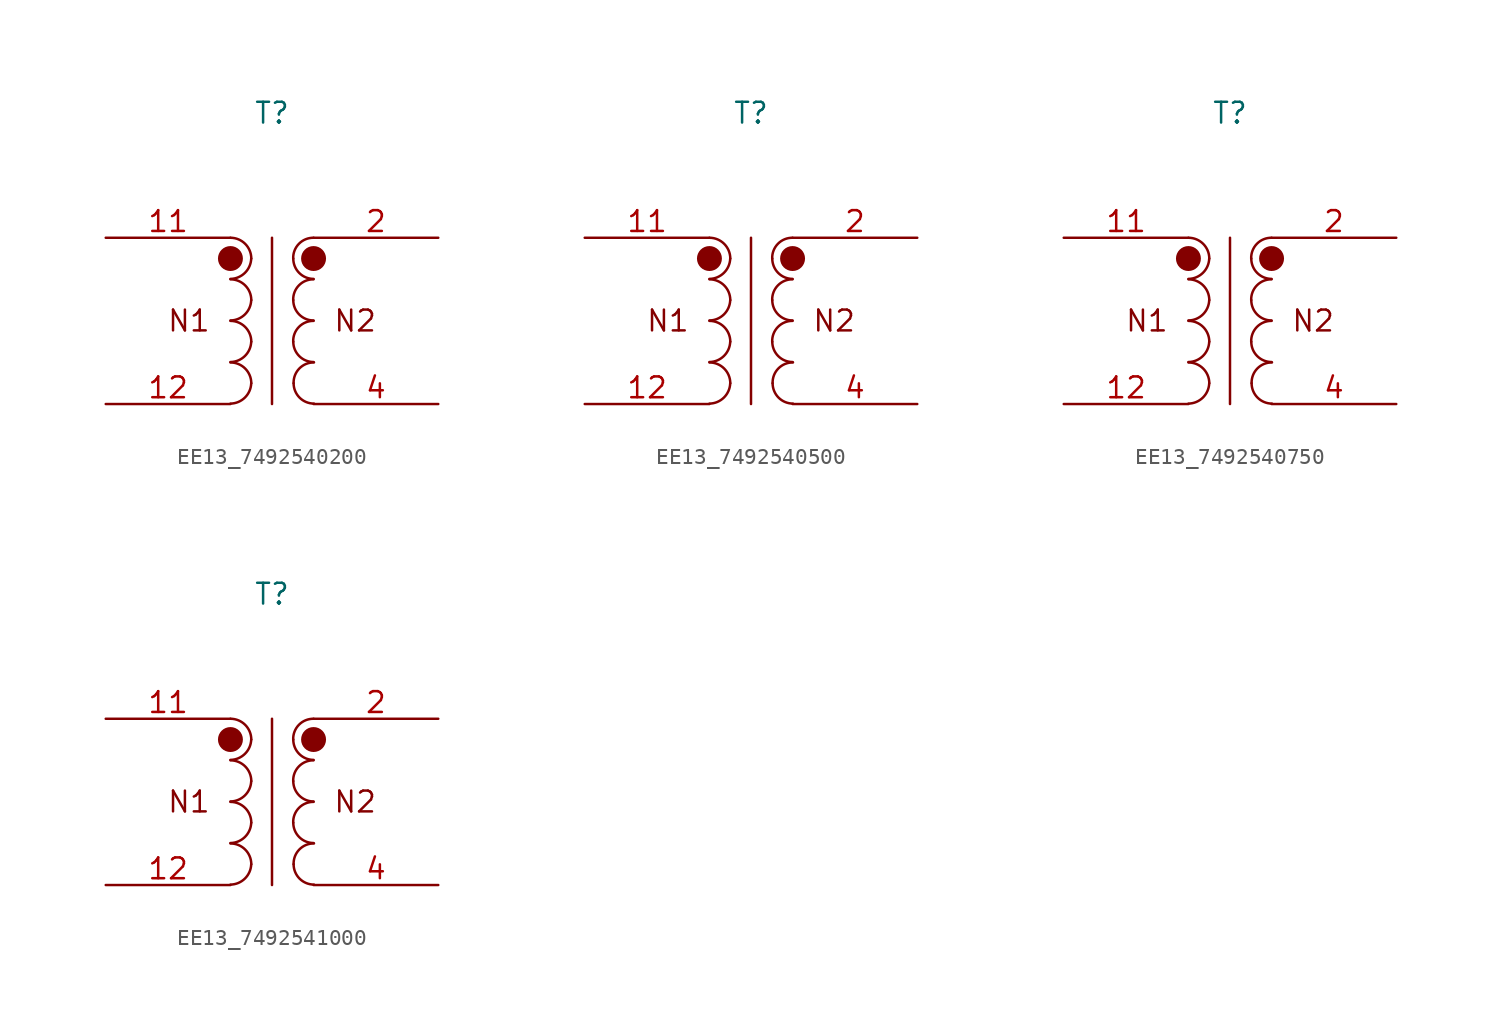
<source format=kicad_sym>
(kicad_symbol_lib
  (version 20220914)
  (generator kicad_symbol_editor)
  (symbol "EE13_7492540200"
    (pin_names hide)
    (property "Reference" "T"
      (at 0 12.7 0)
      (effects (font (size 1.27 1.27))))
    (property "Critical Parameter" ""
      (at 0 -5.08 0)
      (effects (font (size 1.27 1.27))))
    (symbol "EE13_7492540200_0_1"
      (arc (start -2.54 -5.0546) (mid -1.6599 -4.6901) (end -1.27 -3.81) (stroke (width 0) (type default)) (fill (type none)))
      (arc (start -2.54 -2.5146) (mid -1.6599 -2.1501) (end -1.27 -1.27) (stroke (width 0) (type default)) (fill (type none)))
      (arc (start -2.54 0.0254) (mid -1.6599 0.3899) (end -1.27 1.27) (stroke (width 0) (type default)) (fill (type none)))
      (arc (start -2.54 2.5654) (mid -1.6599 2.9299) (end -1.27 3.81) (stroke (width 0) (type default)) (fill (type none)))
      (arc (start -1.27 -3.81) (mid -1.642 -2.912) (end -2.54 -2.54) (stroke (width 0) (type default)) (fill (type none)))
      (arc (start -1.27 -1.27) (mid -1.642 -0.372) (end -2.54 0) (stroke (width 0) (type default)) (fill (type none)))
      (arc (start -1.27 1.27) (mid -1.642 2.168) (end -2.54 2.54) (stroke (width 0) (type default)) (fill (type none)))
      (arc (start -1.27 3.81) (mid -1.642 4.708) (end -2.54 5.08) (stroke (width 0) (type default)) (fill (type none)))
      (polyline (pts (xy 0 5.08) (xy 0 -5.08)) (stroke (width 0) (type default)) (fill (type none)))
      (arc (start 1.2954 -1.27) (mid 1.6599 -2.1501) (end 2.54 -2.5146) (stroke (width 0) (type default)) (fill (type none)))
      (arc (start 1.2954 1.27) (mid 1.6599 0.3899) (end 2.54 0.0254) (stroke (width 0) (type default)) (fill (type none)))
      (arc (start 1.2954 3.81) (mid 1.6599 2.9299) (end 2.54 2.5654) (stroke (width 0) (type default)) (fill (type none)))
      (arc (start 1.3208 -3.81) (mid 1.6853 -4.6901) (end 2.5654 -5.0546) (stroke (width 0) (type default)) (fill (type none)))
      (arc (start 2.54 0) (mid 1.642 -0.372) (end 1.2954 -1.27) (stroke (width 0) (type default)) (fill (type none)))
      (arc (start 2.54 2.54) (mid 1.642 2.168) (end 1.2954 1.27) (stroke (width 0) (type default)) (fill (type none)))
      (arc (start 2.54 5.08) (mid 1.642 4.708) (end 1.2954 3.81) (stroke (width 0) (type default)) (fill (type none)))
      (arc (start 2.5654 -2.54) (mid 1.6674 -2.912) (end 1.3208 -3.81) (stroke (width 0) (type default)) (fill (type none))))
    (symbol "EE13_7492540200_1_1"
      (circle (center -2.54 3.81) (radius 0.0001) (stroke (width 0.762) (type default)) (fill (type none)))
      (circle (center 2.54 3.81) (radius 0.0001) (stroke (width 0.762) (type default)) (fill (type none)))
      (text "N1" (at -5.08 0 0) (effects (font (size 1.27 1.27))))
      (text "N2" (at 5.08 0 0) (effects (font (size 1.27 1.27))))
      (pin passive line (at -10.16 5.08 0) (length 7.62) (name "11" (effects (font (size 1.27 1.27)))) (number "11" (effects (font (size 1.27 1.27)))))
      (pin passive line (at -10.16 -5.08 0) (length 7.62) (name "12" (effects (font (size 1.27 1.27)))) (number "12" (effects (font (size 1.27 1.27)))))
      (pin passive line (at 10.16 -5.08 180) (length 7.62) (name "4" (effects (font (size 1.27 1.27)))) (number "4" (effects (font (size 1.27 1.27)))))
      (pin passive line (at 10.16 5.08 180) (length 7.62) (name "2" (effects (font (size 1.27 1.27)))) (number "2" (effects (font (size 1.27 1.27)))))))
  (symbol "EE13_7492540500"
    (pin_names hide)
    (property "Reference" "T"
      (at 0 12.7 0)
      (effects (font (size 1.27 1.27))))
    (property "Critical Parameter" ""
      (at 0 -5.08 0)
      (effects (font (size 1.27 1.27))))
    (symbol "EE13_7492540500_0_1"
      (arc (start -2.54 -5.0546) (mid -1.6599 -4.6901) (end -1.27 -3.81) (stroke (width 0) (type default)) (fill (type none)))
      (arc (start -2.54 -2.5146) (mid -1.6599 -2.1501) (end -1.27 -1.27) (stroke (width 0) (type default)) (fill (type none)))
      (arc (start -2.54 0.0254) (mid -1.6599 0.3899) (end -1.27 1.27) (stroke (width 0) (type default)) (fill (type none)))
      (arc (start -2.54 2.5654) (mid -1.6599 2.9299) (end -1.27 3.81) (stroke (width 0) (type default)) (fill (type none)))
      (arc (start -1.27 -3.81) (mid -1.642 -2.912) (end -2.54 -2.54) (stroke (width 0) (type default)) (fill (type none)))
      (arc (start -1.27 -1.27) (mid -1.642 -0.372) (end -2.54 0) (stroke (width 0) (type default)) (fill (type none)))
      (arc (start -1.27 1.27) (mid -1.642 2.168) (end -2.54 2.54) (stroke (width 0) (type default)) (fill (type none)))
      (arc (start -1.27 3.81) (mid -1.642 4.708) (end -2.54 5.08) (stroke (width 0) (type default)) (fill (type none)))
      (polyline (pts (xy 0 5.08) (xy 0 -5.08)) (stroke (width 0) (type default)) (fill (type none)))
      (arc (start 1.2954 -1.27) (mid 1.6599 -2.1501) (end 2.54 -2.5146) (stroke (width 0) (type default)) (fill (type none)))
      (arc (start 1.2954 1.27) (mid 1.6599 0.3899) (end 2.54 0.0254) (stroke (width 0) (type default)) (fill (type none)))
      (arc (start 1.2954 3.81) (mid 1.6599 2.9299) (end 2.54 2.5654) (stroke (width 0) (type default)) (fill (type none)))
      (arc (start 1.3208 -3.81) (mid 1.6853 -4.6901) (end 2.5654 -5.0546) (stroke (width 0) (type default)) (fill (type none)))
      (arc (start 2.54 0) (mid 1.642 -0.372) (end 1.2954 -1.27) (stroke (width 0) (type default)) (fill (type none)))
      (arc (start 2.54 2.54) (mid 1.642 2.168) (end 1.2954 1.27) (stroke (width 0) (type default)) (fill (type none)))
      (arc (start 2.54 5.08) (mid 1.642 4.708) (end 1.2954 3.81) (stroke (width 0) (type default)) (fill (type none)))
      (arc (start 2.5654 -2.54) (mid 1.6674 -2.912) (end 1.3208 -3.81) (stroke (width 0) (type default)) (fill (type none))))
    (symbol "EE13_7492540500_1_1"
      (circle (center -2.54 3.81) (radius 0.0001) (stroke (width 0.762) (type default)) (fill (type none)))
      (circle (center 2.54 3.81) (radius 0.0001) (stroke (width 0.762) (type default)) (fill (type none)))
      (text "N1" (at -5.08 0 0) (effects (font (size 1.27 1.27))))
      (text "N2" (at 5.08 0 0) (effects (font (size 1.27 1.27))))
      (pin passive line (at -10.16 5.08 0) (length 7.62) (name "11" (effects (font (size 1.27 1.27)))) (number "11" (effects (font (size 1.27 1.27)))))
      (pin passive line (at -10.16 -5.08 0) (length 7.62) (name "12" (effects (font (size 1.27 1.27)))) (number "12" (effects (font (size 1.27 1.27)))))
      (pin passive line (at 10.16 -5.08 180) (length 7.62) (name "4" (effects (font (size 1.27 1.27)))) (number "4" (effects (font (size 1.27 1.27)))))
      (pin passive line (at 10.16 5.08 180) (length 7.62) (name "2" (effects (font (size 1.27 1.27)))) (number "2" (effects (font (size 1.27 1.27)))))))
  (symbol "EE13_7492540750"
    (pin_names hide)
    (property "Reference" "T"
      (at 0 12.7 0)
      (effects (font (size 1.27 1.27))))
    (property "Critical Parameter" ""
      (at 0 -5.08 0)
      (effects (font (size 1.27 1.27))))
    (symbol "EE13_7492540750_0_1"
      (arc (start -2.54 -5.0546) (mid -1.6599 -4.6901) (end -1.27 -3.81) (stroke (width 0) (type default)) (fill (type none)))
      (arc (start -2.54 -2.5146) (mid -1.6599 -2.1501) (end -1.27 -1.27) (stroke (width 0) (type default)) (fill (type none)))
      (arc (start -2.54 0.0254) (mid -1.6599 0.3899) (end -1.27 1.27) (stroke (width 0) (type default)) (fill (type none)))
      (arc (start -2.54 2.5654) (mid -1.6599 2.9299) (end -1.27 3.81) (stroke (width 0) (type default)) (fill (type none)))
      (arc (start -1.27 -3.81) (mid -1.642 -2.912) (end -2.54 -2.54) (stroke (width 0) (type default)) (fill (type none)))
      (arc (start -1.27 -1.27) (mid -1.642 -0.372) (end -2.54 0) (stroke (width 0) (type default)) (fill (type none)))
      (arc (start -1.27 1.27) (mid -1.642 2.168) (end -2.54 2.54) (stroke (width 0) (type default)) (fill (type none)))
      (arc (start -1.27 3.81) (mid -1.642 4.708) (end -2.54 5.08) (stroke (width 0) (type default)) (fill (type none)))
      (polyline (pts (xy 0 5.08) (xy 0 -5.08)) (stroke (width 0) (type default)) (fill (type none)))
      (arc (start 1.2954 -1.27) (mid 1.6599 -2.1501) (end 2.54 -2.5146) (stroke (width 0) (type default)) (fill (type none)))
      (arc (start 1.2954 1.27) (mid 1.6599 0.3899) (end 2.54 0.0254) (stroke (width 0) (type default)) (fill (type none)))
      (arc (start 1.2954 3.81) (mid 1.6599 2.9299) (end 2.54 2.5654) (stroke (width 0) (type default)) (fill (type none)))
      (arc (start 1.3208 -3.81) (mid 1.6853 -4.6901) (end 2.5654 -5.0546) (stroke (width 0) (type default)) (fill (type none)))
      (arc (start 2.54 0) (mid 1.642 -0.372) (end 1.2954 -1.27) (stroke (width 0) (type default)) (fill (type none)))
      (arc (start 2.54 2.54) (mid 1.642 2.168) (end 1.2954 1.27) (stroke (width 0) (type default)) (fill (type none)))
      (arc (start 2.54 5.08) (mid 1.642 4.708) (end 1.2954 3.81) (stroke (width 0) (type default)) (fill (type none)))
      (arc (start 2.5654 -2.54) (mid 1.6674 -2.912) (end 1.3208 -3.81) (stroke (width 0) (type default)) (fill (type none))))
    (symbol "EE13_7492540750_1_1"
      (circle (center -2.54 3.81) (radius 0.0001) (stroke (width 0.762) (type default)) (fill (type none)))
      (circle (center 2.54 3.81) (radius 0.0001) (stroke (width 0.762) (type default)) (fill (type none)))
      (text "N1" (at -5.08 0 0) (effects (font (size 1.27 1.27))))
      (text "N2" (at 5.08 0 0) (effects (font (size 1.27 1.27))))
      (pin passive line (at -10.16 5.08 0) (length 7.62) (name "11" (effects (font (size 1.27 1.27)))) (number "11" (effects (font (size 1.27 1.27)))))
      (pin passive line (at -10.16 -5.08 0) (length 7.62) (name "12" (effects (font (size 1.27 1.27)))) (number "12" (effects (font (size 1.27 1.27)))))
      (pin passive line (at 10.16 -5.08 180) (length 7.62) (name "4" (effects (font (size 1.27 1.27)))) (number "4" (effects (font (size 1.27 1.27)))))
      (pin passive line (at 10.16 5.08 180) (length 7.62) (name "2" (effects (font (size 1.27 1.27)))) (number "2" (effects (font (size 1.27 1.27)))))))
  (symbol "EE13_7492541000"
    (pin_names hide)
    (property "Reference" "T"
      (at 0 12.7 0)
      (effects (font (size 1.27 1.27))))
    (property "Critical Parameter" ""
      (at 0 -5.08 0)
      (effects (font (size 1.27 1.27))))
    (symbol "EE13_7492541000_0_1"
      (arc (start -2.54 -5.0546) (mid -1.6599 -4.6901) (end -1.27 -3.81) (stroke (width 0) (type default)) (fill (type none)))
      (arc (start -2.54 -2.5146) (mid -1.6599 -2.1501) (end -1.27 -1.27) (stroke (width 0) (type default)) (fill (type none)))
      (arc (start -2.54 0.0254) (mid -1.6599 0.3899) (end -1.27 1.27) (stroke (width 0) (type default)) (fill (type none)))
      (arc (start -2.54 2.5654) (mid -1.6599 2.9299) (end -1.27 3.81) (stroke (width 0) (type default)) (fill (type none)))
      (arc (start -1.27 -3.81) (mid -1.642 -2.912) (end -2.54 -2.54) (stroke (width 0) (type default)) (fill (type none)))
      (arc (start -1.27 -1.27) (mid -1.642 -0.372) (end -2.54 0) (stroke (width 0) (type default)) (fill (type none)))
      (arc (start -1.27 1.27) (mid -1.642 2.168) (end -2.54 2.54) (stroke (width 0) (type default)) (fill (type none)))
      (arc (start -1.27 3.81) (mid -1.642 4.708) (end -2.54 5.08) (stroke (width 0) (type default)) (fill (type none)))
      (polyline (pts (xy 0 5.08) (xy 0 -5.08)) (stroke (width 0) (type default)) (fill (type none)))
      (arc (start 1.2954 -1.27) (mid 1.6599 -2.1501) (end 2.54 -2.5146) (stroke (width 0) (type default)) (fill (type none)))
      (arc (start 1.2954 1.27) (mid 1.6599 0.3899) (end 2.54 0.0254) (stroke (width 0) (type default)) (fill (type none)))
      (arc (start 1.2954 3.81) (mid 1.6599 2.9299) (end 2.54 2.5654) (stroke (width 0) (type default)) (fill (type none)))
      (arc (start 1.3208 -3.81) (mid 1.6853 -4.6901) (end 2.5654 -5.0546) (stroke (width 0) (type default)) (fill (type none)))
      (arc (start 2.54 0) (mid 1.642 -0.372) (end 1.2954 -1.27) (stroke (width 0) (type default)) (fill (type none)))
      (arc (start 2.54 2.54) (mid 1.642 2.168) (end 1.2954 1.27) (stroke (width 0) (type default)) (fill (type none)))
      (arc (start 2.54 5.08) (mid 1.642 4.708) (end 1.2954 3.81) (stroke (width 0) (type default)) (fill (type none)))
      (arc (start 2.5654 -2.54) (mid 1.6674 -2.912) (end 1.3208 -3.81) (stroke (width 0) (type default)) (fill (type none))))
    (symbol "EE13_7492541000_1_1"
      (circle (center -2.54 3.81) (radius 0.0001) (stroke (width 0.762) (type default)) (fill (type none)))
      (circle (center 2.54 3.81) (radius 0.0001) (stroke (width 0.762) (type default)) (fill (type none)))
      (text "N1" (at -5.08 0 0) (effects (font (size 1.27 1.27))))
      (text "N2" (at 5.08 0 0) (effects (font (size 1.27 1.27))))
      (pin passive line (at -10.16 5.08 0) (length 7.62) (name "11" (effects (font (size 1.27 1.27)))) (number "11" (effects (font (size 1.27 1.27)))))
      (pin passive line (at -10.16 -5.08 0) (length 7.62) (name "12" (effects (font (size 1.27 1.27)))) (number "12" (effects (font (size 1.27 1.27)))))
      (pin passive line (at 10.16 -5.08 180) (length 7.62) (name "4" (effects (font (size 1.27 1.27)))) (number "4" (effects (font (size 1.27 1.27)))))
      (pin passive line (at 10.16 5.08 180) (length 7.62) (name "2" (effects (font (size 1.27 1.27)))) (number "2" (effects (font (size 1.27 1.27))))))))
</source>
